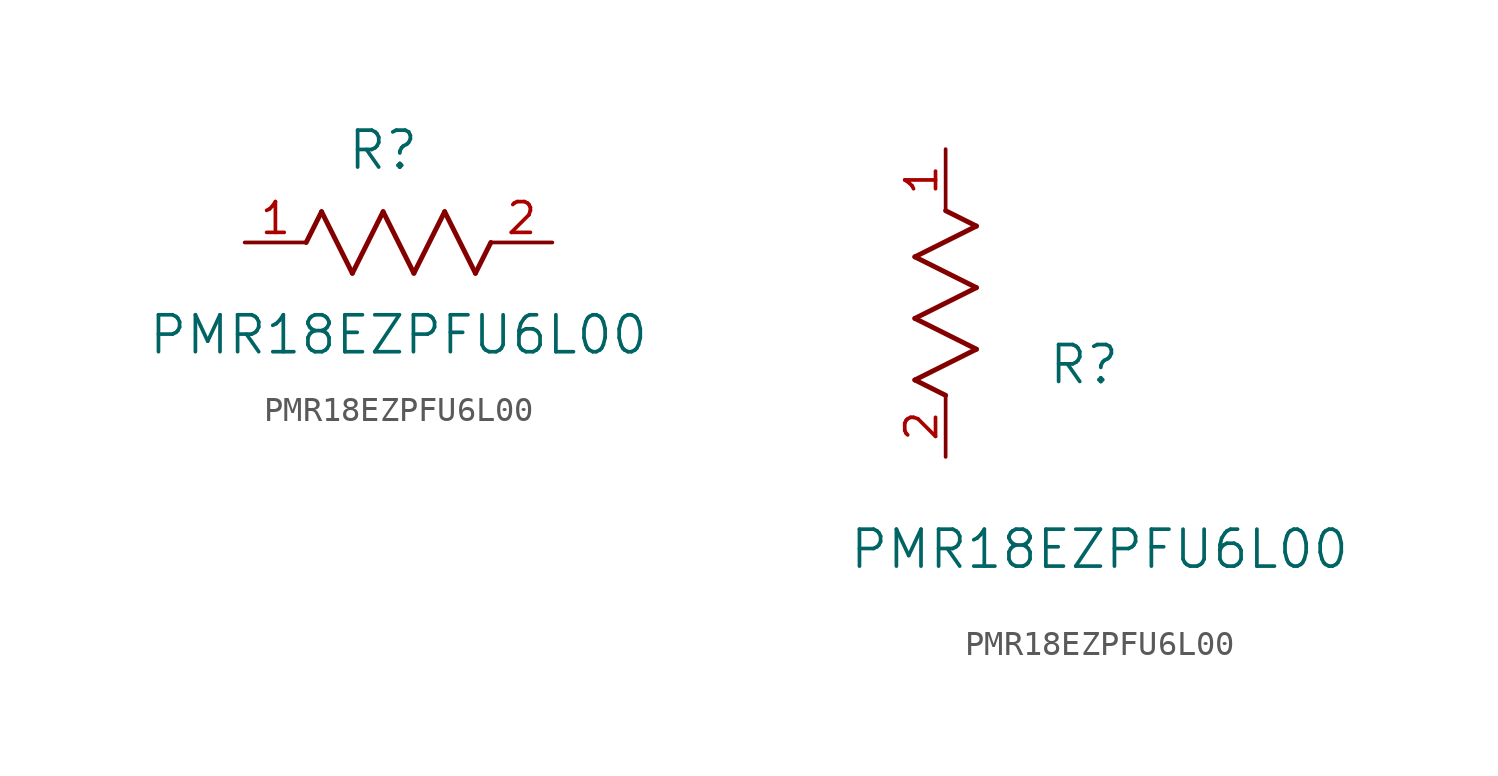
<source format=kicad_sym>
(kicad_symbol_lib
  (version 20211014)
  (generator kicad_symbol_editor)
  (symbol "PMR18EZPFU6L00"
    (pin_names
      (offset 0.254))
    (property "Reference" "R"
      (at 5.715 3.81 0)
      (effects (font (size 1.524 1.524))))
    (property "Value" "PMR18EZPFU6L00"
      (at 6.35 -3.81 0)
      (effects (font (size 1.524 1.524))))
    (symbol "PMR18EZPFU6L00_1_1"
      (polyline (pts (xy 3.175 1.27) (xy 4.445 -1.27)) (stroke (width 0.203) (type default) (color 0 0 0 0)) (fill (type none)))
      (polyline (pts (xy 4.445 -1.27) (xy 5.715 1.27)) (stroke (width 0.203) (type default) (color 0 0 0 0)) (fill (type none)))
      (polyline (pts (xy 5.715 1.27) (xy 6.985 -1.27)) (stroke (width 0.203) (type default) (color 0 0 0 0)) (fill (type none)))
      (polyline (pts (xy 6.985 -1.27) (xy 8.255 1.27)) (stroke (width 0.203) (type default) (color 0 0 0 0)) (fill (type none)))
      (polyline (pts (xy 8.255 1.27) (xy 9.525 -1.27)) (stroke (width 0.203) (type default) (color 0 0 0 0)) (fill (type none)))
      (polyline (pts (xy 2.54 0) (xy 3.175 1.27)) (stroke (width 0.203) (type default) (color 0 0 0 0)) (fill (type none)))
      (polyline (pts (xy 9.525 -1.27) (xy 10.16 0)) (stroke (width 0.203) (type default) (color 0 0 0 0)) (fill (type none)))
      (pin unspecified line (at 0 0 0) (length 2.54) (name "" (effects (font (size 1.27 1.27)))) (number "1" (effects (font (size 1.27 1.27)))))
      (pin unspecified line (at 12.7 0 180) (length 2.54) (name "" (effects (font (size 1.27 1.27)))) (number "2" (effects (font (size 1.27 1.27))))))
    (symbol "PMR18EZPFU6L00_1_2"
      (polyline (pts (xy 0 2.54) (xy -1.27 3.175)) (stroke (width 0.203) (type default) (color 0 0 0 0)) (fill (type none)))
      (polyline (pts (xy -1.27 3.175) (xy 1.27 4.445)) (stroke (width 0.203) (type default) (color 0 0 0 0)) (fill (type none)))
      (polyline (pts (xy 1.27 4.445) (xy -1.27 5.715)) (stroke (width 0.203) (type default) (color 0 0 0 0)) (fill (type none)))
      (polyline (pts (xy -1.27 5.715) (xy 1.27 6.985)) (stroke (width 0.203) (type default) (color 0 0 0 0)) (fill (type none)))
      (polyline (pts (xy -1.27 8.255) (xy 1.27 9.525)) (stroke (width 0.203) (type default) (color 0 0 0 0)) (fill (type none)))
      (polyline (pts (xy 1.27 9.525) (xy 0 10.16)) (stroke (width 0.203) (type default) (color 0 0 0 0)) (fill (type none)))
      (polyline (pts (xy 1.27 6.985) (xy -1.27 8.255)) (stroke (width 0.203) (type default) (color 0 0 0 0)) (fill (type none)))
      (pin unspecified line (at 0 12.7 270) (length 2.54) (name "" (effects (font (size 1.27 1.27)))) (number "1" (effects (font (size 1.27 1.27)))))
      (pin unspecified line (at 0 0 90) (length 2.54) (name "" (effects (font (size 1.27 1.27)))) (number "2" (effects (font (size 1.27 1.27))))))))
</source>
